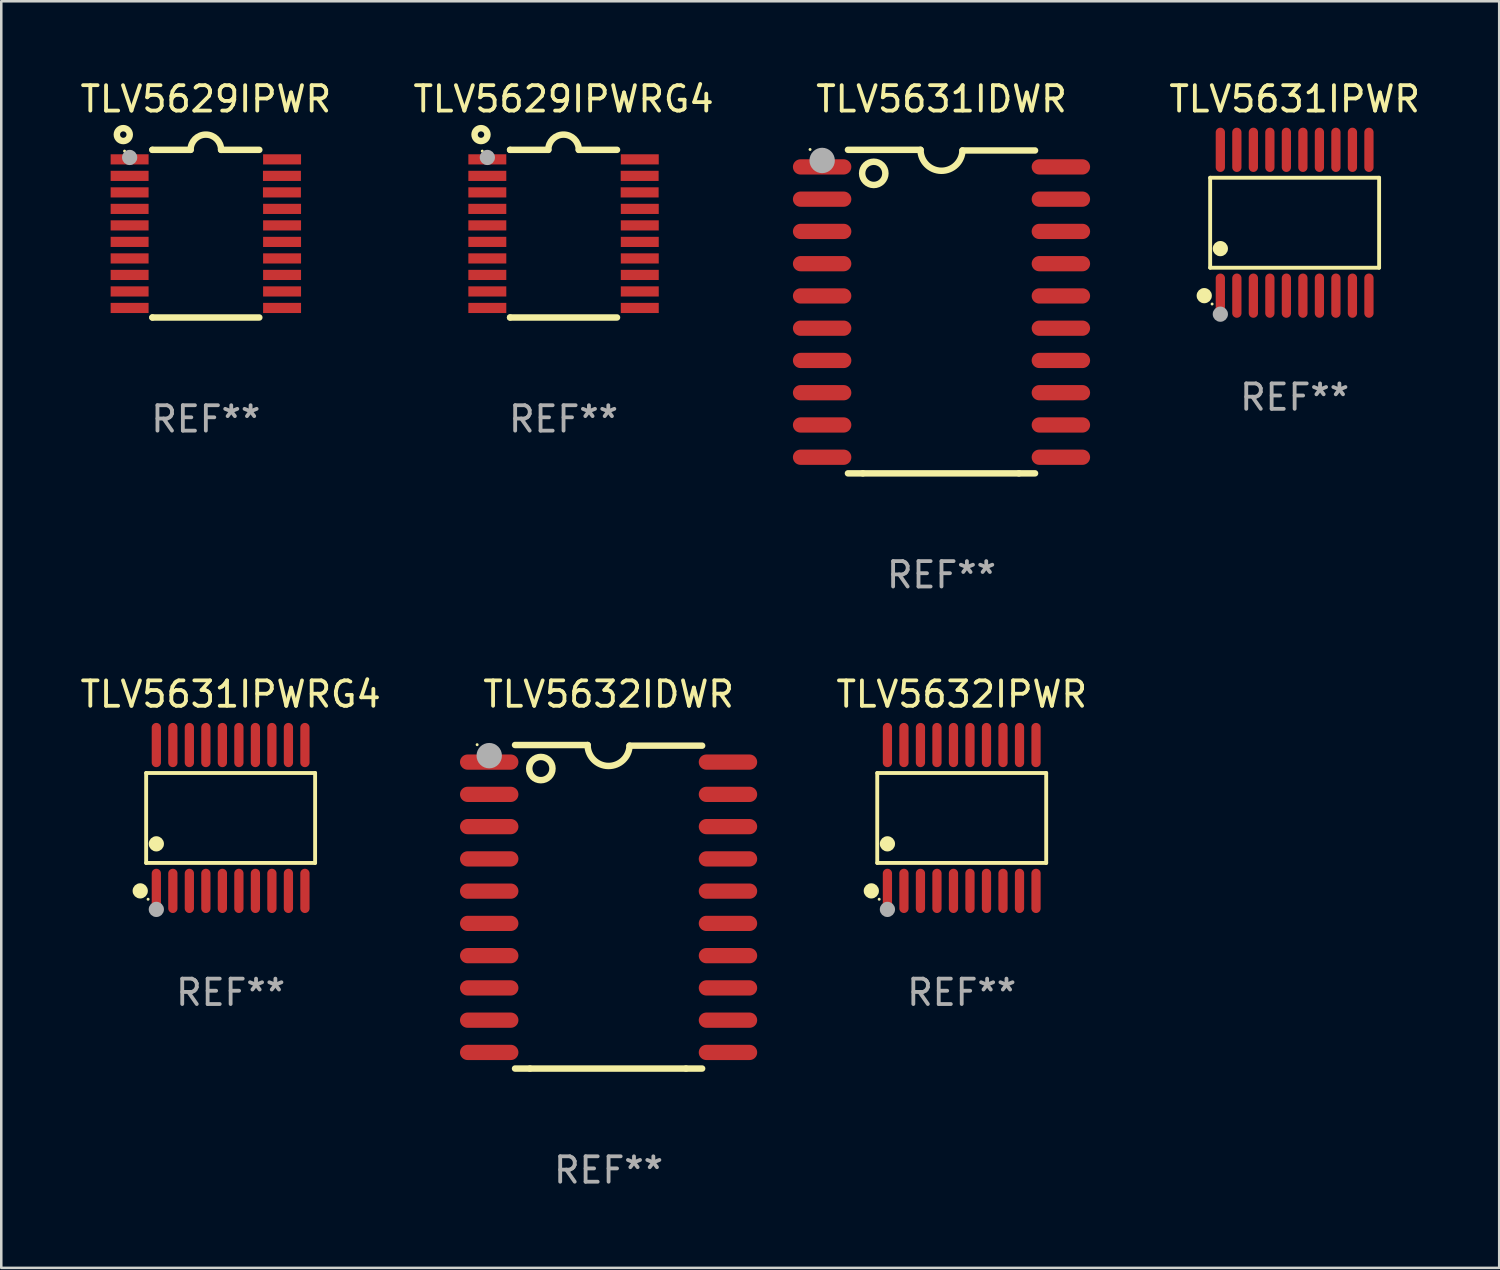
<source format=kicad_pcb>
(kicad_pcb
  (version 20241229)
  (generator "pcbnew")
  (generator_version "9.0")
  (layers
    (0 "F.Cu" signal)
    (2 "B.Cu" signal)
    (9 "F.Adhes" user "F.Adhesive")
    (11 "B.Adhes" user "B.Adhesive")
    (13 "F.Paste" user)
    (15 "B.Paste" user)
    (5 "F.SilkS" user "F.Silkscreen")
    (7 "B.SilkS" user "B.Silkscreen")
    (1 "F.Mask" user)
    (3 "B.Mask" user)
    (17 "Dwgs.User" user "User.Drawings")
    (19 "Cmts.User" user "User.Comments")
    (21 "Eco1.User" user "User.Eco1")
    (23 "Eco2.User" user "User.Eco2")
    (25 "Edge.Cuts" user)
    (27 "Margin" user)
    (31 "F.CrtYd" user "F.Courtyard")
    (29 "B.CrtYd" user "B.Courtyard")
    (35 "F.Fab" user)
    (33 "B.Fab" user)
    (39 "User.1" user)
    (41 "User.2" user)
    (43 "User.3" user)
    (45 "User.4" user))
  (footprint "TLV5632IDWR"
    (layer "F.Cu")
    (at 20.91 32.65)
    (property "Reference" "TLV5632IDWR" (at 0 -8.369 0) (layer "F.SilkS") (effects (font (size 1 1) (thickness 0.15))))
    (attr through_hole)
    (fp_line (start -3.096 6.369) (end -3.683 6.369) (stroke (width 0.254) (type solid)) (layer "F.SilkS"))
    (fp_line (start -0.825 -6.369) (end -3.683 -6.369) (stroke (width 0.254) (type solid)) (layer "F.SilkS"))
    (fp_line (start 0.826 -6.343) (end 3.683 -6.343) (stroke (width 0.254) (type solid)) (layer "F.SilkS"))
    (fp_line (start 3.048 6.369) (end -3.096 6.369) (stroke (width 0.254) (type solid)) (layer "F.SilkS"))
    (fp_line (start 3.048 6.369) (end 3.683 6.369) (stroke (width 0.254) (type solid)) (layer "F.SilkS"))
    (fp_arc (start 0.825527 -6.343129) (mid -0.012478 -5.543126) (end -0.825476 -6.36853) (stroke (width 0.254001) (type solid)) (layer "F.SilkS"))
    (fp_circle (center -5.175 -6.382) (end -5.145 -6.382) (stroke (width 0.06) (type solid)) (fill no) (layer "F.SilkS"))
    (fp_circle (center -2.667 -5.442) (end -2.209 -5.442) (stroke (width 0.254) (type solid)) (fill no) (layer "F.SilkS"))
    (fp_circle (center -4.699 -5.95) (end -4.449 -5.95) (stroke (width 0.5) (type solid)) (fill no) (layer "F.Fab"))
    (fp_text user "REF**" (at 0 10.369 0) (layer "F.Fab") (effects (font (size 1 1) (thickness 0.15))))
    (pad "1" smd oval (at -4.7 -5.696 90) (size 0.6 2.3) (layers "F.Cu" "F.Mask" "F.Paste"))
    (pad "2" smd oval (at -4.7 -4.426 90) (size 0.6 2.3) (layers "F.Cu" "F.Mask" "F.Paste"))
    (pad "3" smd oval (at -4.7 -3.156 90) (size 0.6 2.3) (layers "F.Cu" "F.Mask" "F.Paste"))
    (pad "4" smd oval (at -4.7 -1.886 90) (size 0.6 2.3) (layers "F.Cu" "F.Mask" "F.Paste"))
    (pad "5" smd oval (at -4.7 -0.616 90) (size 0.6 2.3) (layers "F.Cu" "F.Mask" "F.Paste"))
    (pad "6" smd oval (at -4.7 0.654 90) (size 0.6 2.3) (layers "F.Cu" "F.Mask" "F.Paste"))
    (pad "7" smd oval (at -4.7 1.924 90) (size 0.6 2.3) (layers "F.Cu" "F.Mask" "F.Paste"))
    (pad "8" smd oval (at -4.7 3.194 90) (size 0.6 2.3) (layers "F.Cu" "F.Mask" "F.Paste"))
    (pad "9" smd oval (at -4.7 4.464 90) (size 0.6 2.3) (layers "F.Cu" "F.Mask" "F.Paste"))
    (pad "10" smd oval (at -4.7 5.734 90) (size 0.6 2.3) (layers "F.Cu" "F.Mask" "F.Paste"))
    (pad "11" smd oval (at 4.7 5.734 90) (size 0.6 2.3) (layers "F.Cu" "F.Mask" "F.Paste"))
    (pad "12" smd oval (at 4.7 4.464 90) (size 0.6 2.3) (layers "F.Cu" "F.Mask" "F.Paste"))
    (pad "13" smd oval (at 4.7 3.194 90) (size 0.6 2.3) (layers "F.Cu" "F.Mask" "F.Paste"))
    (pad "14" smd oval (at 4.7 1.924 90) (size 0.6 2.3) (layers "F.Cu" "F.Mask" "F.Paste"))
    (pad "15" smd oval (at 4.7 0.654 90) (size 0.6 2.3) (layers "F.Cu" "F.Mask" "F.Paste"))
    (pad "16" smd oval (at 4.7 -0.616 90) (size 0.6 2.3) (layers "F.Cu" "F.Mask" "F.Paste"))
    (pad "17" smd oval (at 4.7 -1.886 90) (size 0.6 2.3) (layers "F.Cu" "F.Mask" "F.Paste"))
    (pad "18" smd oval (at 4.7 -3.156 90) (size 0.6 2.3) (layers "F.Cu" "F.Mask" "F.Paste"))
    (pad "19" smd oval (at 4.7 -4.426 90) (size 0.6 2.3) (layers "F.Cu" "F.Mask" "F.Paste"))
    (pad "20" smd oval (at 4.7 -5.696 90) (size 0.6 2.3) (layers "F.Cu" "F.Mask" "F.Paste")))
  (footprint "TLV5629IPWR"
    (layer "F.Cu")
    (at 5.054 6.149)
    (property "Reference" "TLV5629IPWR" (at 0 -5.3 0) (layer "F.SilkS") (effects (font (size 1 1) (thickness 0.15))))
    (attr through_hole)
    (fp_line (start -2.105 -3.3) (end -2.105 -3.3) (stroke (width 0.254) (type solid)) (layer "F.SilkS"))
    (fp_line (start -2.105 -3.3) (end -0.6 -3.3) (stroke (width 0.254) (type solid)) (layer "F.SilkS"))
    (fp_line (start -2.105 3.3) (end -2.105 3.3) (stroke (width 0.254) (type solid)) (layer "F.SilkS"))
    (fp_line (start 0.6 -3.3) (end 2.105 -3.3) (stroke (width 0.254) (type solid)) (layer "F.SilkS"))
    (fp_line (start 2.105 3.3) (end -2.105 3.3) (stroke (width 0.254) (type solid)) (layer "F.SilkS"))
    (fp_arc (start -0.599924 -3.300026) (mid 0.000114 -3.897415) (end 0.600152 -3.300025) (stroke (width 0.254001) (type solid)) (layer "F.SilkS"))
    (fp_circle (center -3.25 -3.9) (end -2.996 -3.9) (stroke (width 0.254) (type solid)) (fill no) (layer "F.SilkS"))
    (fp_circle (center -3.2 -3.25) (end -3.17 -3.25) (stroke (width 0.06) (type solid)) (fill no) (layer "F.SilkS"))
    (fp_circle (center -3 -3) (end -2.85 -3) (stroke (width 0.3) (type solid)) (fill no) (layer "F.Fab"))
    (fp_text user "REF**" (at 0 7.3 0) (layer "F.Fab") (effects (font (size 1 1) (thickness 0.15))))
    (pad "1" smd rect (at -3.001 -2.925 270) (size 0.4 1.494) (layers "F.Cu" "F.Mask" "F.Paste"))
    (pad "2" smd rect (at -3.001 -2.275 270) (size 0.4 1.494) (layers "F.Cu" "F.Mask" "F.Paste"))
    (pad "3" smd rect (at -3.001 -1.625 270) (size 0.4 1.494) (layers "F.Cu" "F.Mask" "F.Paste"))
    (pad "4" smd rect (at -3.001 -0.975 270) (size 0.4 1.494) (layers "F.Cu" "F.Mask" "F.Paste"))
    (pad "5" smd rect (at -3.001 -0.325 270) (size 0.4 1.494) (layers "F.Cu" "F.Mask" "F.Paste"))
    (pad "6" smd rect (at -3.001 0.324 270) (size 0.4 1.494) (layers "F.Cu" "F.Mask" "F.Paste"))
    (pad "7" smd rect (at -3.001 0.975 270) (size 0.4 1.494) (layers "F.Cu" "F.Mask" "F.Paste"))
    (pad "8" smd rect (at -3.001 1.625 270) (size 0.4 1.494) (layers "F.Cu" "F.Mask" "F.Paste"))
    (pad "9" smd rect (at -3.001 2.275 270) (size 0.4 1.494) (layers "F.Cu" "F.Mask" "F.Paste"))
    (pad "10" smd rect (at -3.001 2.925 270) (size 0.4 1.494) (layers "F.Cu" "F.Mask" "F.Paste"))
    (pad "11" smd rect (at 3.001 2.925 270) (size 0.4 1.494) (layers "F.Cu" "F.Mask" "F.Paste"))
    (pad "12" smd rect (at 3.001 2.275 270) (size 0.4 1.494) (layers "F.Cu" "F.Mask" "F.Paste"))
    (pad "13" smd rect (at 3.001 1.625 270) (size 0.4 1.494) (layers "F.Cu" "F.Mask" "F.Paste"))
    (pad "14" smd rect (at 3.001 0.975 270) (size 0.4 1.494) (layers "F.Cu" "F.Mask" "F.Paste"))
    (pad "15" smd rect (at 3.001 0.325 270) (size 0.4 1.494) (layers "F.Cu" "F.Mask" "F.Paste"))
    (pad "16" smd rect (at 3.001 -0.325 270) (size 0.4 1.494) (layers "F.Cu" "F.Mask" "F.Paste"))
    (pad "17" smd rect (at 3.001 -0.975 270) (size 0.4 1.494) (layers "F.Cu" "F.Mask" "F.Paste"))
    (pad "18" smd rect (at 2.996 -1.625 270) (size 0.4 1.494) (layers "F.Cu" "F.Mask" "F.Paste"))
    (pad "19" smd rect (at 2.996 -2.275 270) (size 0.4 1.494) (layers "F.Cu" "F.Mask" "F.Paste"))
    (pad "20" smd rect (at 3.001 -2.925 270) (size 0.4 1.494) (layers "F.Cu" "F.Mask" "F.Paste")))
  (footprint "TLV5631IPWRG4"
    (layer "F.Cu")
    (at 6.03 29.153)
    (property "Reference" "TLV5631IPWRG4" (at 0 -4.871 0) (layer "F.SilkS") (effects (font (size 1 1) (thickness 0.15))))
    (attr through_hole)
    (fp_line (start -3.326 -1.771) (end 3.326 -1.771) (stroke (width 0.152) (type solid)) (layer "F.SilkS"))
    (fp_line (start -3.326 1.771) (end -3.326 -1.771) (stroke (width 0.152) (type solid)) (layer "F.SilkS"))
    (fp_line (start 3.326 -1.771) (end 3.326 1.771) (stroke (width 0.152) (type solid)) (layer "F.SilkS"))
    (fp_line (start 3.326 1.771) (end -3.326 1.771) (stroke (width 0.152) (type solid)) (layer "F.SilkS"))
    (fp_circle (center -3.559 2.871) (end -3.409 2.871) (stroke (width 0.3) (type solid)) (fill no) (layer "F.SilkS"))
    (fp_circle (center -3.25 3.2) (end -3.22 3.2) (stroke (width 0.06) (type solid)) (fill no) (layer "F.SilkS"))
    (fp_circle (center -2.925 1.019) (end -2.775 1.019) (stroke (width 0.3) (type solid)) (fill no) (layer "F.SilkS"))
    (fp_circle (center -2.925 3.6) (end -2.775 3.6) (stroke (width 0.3) (type solid)) (fill no) (layer "F.Fab"))
    (fp_text user "REF**" (at 0 6.871 0) (layer "F.Fab") (effects (font (size 1 1) (thickness 0.15))))
    (pad "1" smd oval (at -2.925 2.871) (size 0.364 1.742) (layers "F.Cu" "F.Mask" "F.Paste"))
    (pad "2" smd oval (at -2.275 2.871) (size 0.364 1.742) (layers "F.Cu" "F.Mask" "F.Paste"))
    (pad "3" smd oval (at -1.625 2.871) (size 0.364 1.742) (layers "F.Cu" "F.Mask" "F.Paste"))
    (pad "4" smd oval (at -0.975 2.871) (size 0.364 1.742) (layers "F.Cu" "F.Mask" "F.Paste"))
    (pad "5" smd oval (at -0.325 2.871) (size 0.364 1.742) (layers "F.Cu" "F.Mask" "F.Paste"))
    (pad "6" smd oval (at 0.325 2.871) (size 0.364 1.742) (layers "F.Cu" "F.Mask" "F.Paste"))
    (pad "7" smd oval (at 0.975 2.871) (size 0.364 1.742) (layers "F.Cu" "F.Mask" "F.Paste"))
    (pad "8" smd oval (at 1.625 2.871) (size 0.364 1.742) (layers "F.Cu" "F.Mask" "F.Paste"))
    (pad "9" smd oval (at 2.275 2.871) (size 0.364 1.742) (layers "F.Cu" "F.Mask" "F.Paste"))
    (pad "10" smd oval (at 2.925 2.871) (size 0.364 1.742) (layers "F.Cu" "F.Mask" "F.Paste"))
    (pad "11" smd oval (at 2.925 -2.871) (size 0.364 1.742) (layers "F.Cu" "F.Mask" "F.Paste"))
    (pad "12" smd oval (at 2.275 -2.871) (size 0.364 1.742) (layers "F.Cu" "F.Mask" "F.Paste"))
    (pad "13" smd oval (at 1.625 -2.871) (size 0.364 1.742) (layers "F.Cu" "F.Mask" "F.Paste"))
    (pad "14" smd oval (at 0.975 -2.871) (size 0.364 1.742) (layers "F.Cu" "F.Mask" "F.Paste"))
    (pad "15" smd oval (at 0.325 -2.871) (size 0.364 1.742) (layers "F.Cu" "F.Mask" "F.Paste"))
    (pad "16" smd oval (at -0.325 -2.871) (size 0.364 1.742) (layers "F.Cu" "F.Mask" "F.Paste"))
    (pad "17" smd oval (at -0.975 -2.871) (size 0.364 1.742) (layers "F.Cu" "F.Mask" "F.Paste"))
    (pad "18" smd oval (at -1.625 -2.871) (size 0.364 1.742) (layers "F.Cu" "F.Mask" "F.Paste"))
    (pad "19" smd oval (at -2.275 -2.871) (size 0.364 1.742) (layers "F.Cu" "F.Mask" "F.Paste"))
    (pad "20" smd oval (at -2.925 -2.871) (size 0.364 1.742) (layers "F.Cu" "F.Mask" "F.Paste")))
  (footprint "TLV5631IPWR"
    (layer "F.Cu")
    (at 47.92 5.719)
    (property "Reference" "TLV5631IPWR" (at 0 -4.871 0) (layer "F.SilkS") (effects (font (size 1 1) (thickness 0.15))))
    (attr through_hole)
    (fp_line (start -3.326 -1.771) (end 3.326 -1.771) (stroke (width 0.152) (type solid)) (layer "F.SilkS"))
    (fp_line (start -3.326 1.771) (end -3.326 -1.771) (stroke (width 0.152) (type solid)) (layer "F.SilkS"))
    (fp_line (start 3.326 -1.771) (end 3.326 1.771) (stroke (width 0.152) (type solid)) (layer "F.SilkS"))
    (fp_line (start 3.326 1.771) (end -3.326 1.771) (stroke (width 0.152) (type solid)) (layer "F.SilkS"))
    (fp_circle (center -3.559 2.871) (end -3.409 2.871) (stroke (width 0.3) (type solid)) (fill no) (layer "F.SilkS"))
    (fp_circle (center -3.25 3.2) (end -3.22 3.2) (stroke (width 0.06) (type solid)) (fill no) (layer "F.SilkS"))
    (fp_circle (center -2.925 1.019) (end -2.775 1.019) (stroke (width 0.3) (type solid)) (fill no) (layer "F.SilkS"))
    (fp_circle (center -2.925 3.6) (end -2.775 3.6) (stroke (width 0.3) (type solid)) (fill no) (layer "F.Fab"))
    (fp_text user "REF**" (at 0 6.871 0) (layer "F.Fab") (effects (font (size 1 1) (thickness 0.15))))
    (pad "1" smd oval (at -2.925 2.871) (size 0.364 1.742) (layers "F.Cu" "F.Mask" "F.Paste"))
    (pad "2" smd oval (at -2.275 2.871) (size 0.364 1.742) (layers "F.Cu" "F.Mask" "F.Paste"))
    (pad "3" smd oval (at -1.625 2.871) (size 0.364 1.742) (layers "F.Cu" "F.Mask" "F.Paste"))
    (pad "4" smd oval (at -0.975 2.871) (size 0.364 1.742) (layers "F.Cu" "F.Mask" "F.Paste"))
    (pad "5" smd oval (at -0.325 2.871) (size 0.364 1.742) (layers "F.Cu" "F.Mask" "F.Paste"))
    (pad "6" smd oval (at 0.325 2.871) (size 0.364 1.742) (layers "F.Cu" "F.Mask" "F.Paste"))
    (pad "7" smd oval (at 0.975 2.871) (size 0.364 1.742) (layers "F.Cu" "F.Mask" "F.Paste"))
    (pad "8" smd oval (at 1.625 2.871) (size 0.364 1.742) (layers "F.Cu" "F.Mask" "F.Paste"))
    (pad "9" smd oval (at 2.275 2.871) (size 0.364 1.742) (layers "F.Cu" "F.Mask" "F.Paste"))
    (pad "10" smd oval (at 2.925 2.871) (size 0.364 1.742) (layers "F.Cu" "F.Mask" "F.Paste"))
    (pad "11" smd oval (at 2.925 -2.871) (size 0.364 1.742) (layers "F.Cu" "F.Mask" "F.Paste"))
    (pad "12" smd oval (at 2.275 -2.871) (size 0.364 1.742) (layers "F.Cu" "F.Mask" "F.Paste"))
    (pad "13" smd oval (at 1.625 -2.871) (size 0.364 1.742) (layers "F.Cu" "F.Mask" "F.Paste"))
    (pad "14" smd oval (at 0.975 -2.871) (size 0.364 1.742) (layers "F.Cu" "F.Mask" "F.Paste"))
    (pad "15" smd oval (at 0.325 -2.871) (size 0.364 1.742) (layers "F.Cu" "F.Mask" "F.Paste"))
    (pad "16" smd oval (at -0.325 -2.871) (size 0.364 1.742) (layers "F.Cu" "F.Mask" "F.Paste"))
    (pad "17" smd oval (at -0.975 -2.871) (size 0.364 1.742) (layers "F.Cu" "F.Mask" "F.Paste"))
    (pad "18" smd oval (at -1.625 -2.871) (size 0.364 1.742) (layers "F.Cu" "F.Mask" "F.Paste"))
    (pad "19" smd oval (at -2.275 -2.871) (size 0.364 1.742) (layers "F.Cu" "F.Mask" "F.Paste"))
    (pad "20" smd oval (at -2.925 -2.871) (size 0.364 1.742) (layers "F.Cu" "F.Mask" "F.Paste")))
  (footprint "TLV5632IPWR"
    (layer "F.Cu")
    (at 34.813 29.153)
    (property "Reference" "TLV5632IPWR" (at 0 -4.871 0) (layer "F.SilkS") (effects (font (size 1 1) (thickness 0.15))))
    (attr through_hole)
    (fp_line (start -3.326 -1.771) (end 3.326 -1.771) (stroke (width 0.152) (type solid)) (layer "F.SilkS"))
    (fp_line (start -3.326 1.771) (end -3.326 -1.771) (stroke (width 0.152) (type solid)) (layer "F.SilkS"))
    (fp_line (start 3.326 -1.771) (end 3.326 1.771) (stroke (width 0.152) (type solid)) (layer "F.SilkS"))
    (fp_line (start 3.326 1.771) (end -3.326 1.771) (stroke (width 0.152) (type solid)) (layer "F.SilkS"))
    (fp_circle (center -3.559 2.871) (end -3.409 2.871) (stroke (width 0.3) (type solid)) (fill no) (layer "F.SilkS"))
    (fp_circle (center -3.25 3.2) (end -3.22 3.2) (stroke (width 0.06) (type solid)) (fill no) (layer "F.SilkS"))
    (fp_circle (center -2.925 1.019) (end -2.775 1.019) (stroke (width 0.3) (type solid)) (fill no) (layer "F.SilkS"))
    (fp_circle (center -2.925 3.6) (end -2.775 3.6) (stroke (width 0.3) (type solid)) (fill no) (layer "F.Fab"))
    (fp_text user "REF**" (at 0 6.871 0) (layer "F.Fab") (effects (font (size 1 1) (thickness 0.15))))
    (pad "1" smd oval (at -2.925 2.871) (size 0.364 1.742) (layers "F.Cu" "F.Mask" "F.Paste"))
    (pad "2" smd oval (at -2.275 2.871) (size 0.364 1.742) (layers "F.Cu" "F.Mask" "F.Paste"))
    (pad "3" smd oval (at -1.625 2.871) (size 0.364 1.742) (layers "F.Cu" "F.Mask" "F.Paste"))
    (pad "4" smd oval (at -0.975 2.871) (size 0.364 1.742) (layers "F.Cu" "F.Mask" "F.Paste"))
    (pad "5" smd oval (at -0.325 2.871) (size 0.364 1.742) (layers "F.Cu" "F.Mask" "F.Paste"))
    (pad "6" smd oval (at 0.325 2.871) (size 0.364 1.742) (layers "F.Cu" "F.Mask" "F.Paste"))
    (pad "7" smd oval (at 0.975 2.871) (size 0.364 1.742) (layers "F.Cu" "F.Mask" "F.Paste"))
    (pad "8" smd oval (at 1.625 2.871) (size 0.364 1.742) (layers "F.Cu" "F.Mask" "F.Paste"))
    (pad "9" smd oval (at 2.275 2.871) (size 0.364 1.742) (layers "F.Cu" "F.Mask" "F.Paste"))
    (pad "10" smd oval (at 2.925 2.871) (size 0.364 1.742) (layers "F.Cu" "F.Mask" "F.Paste"))
    (pad "11" smd oval (at 2.925 -2.871) (size 0.364 1.742) (layers "F.Cu" "F.Mask" "F.Paste"))
    (pad "12" smd oval (at 2.275 -2.871) (size 0.364 1.742) (layers "F.Cu" "F.Mask" "F.Paste"))
    (pad "13" smd oval (at 1.625 -2.871) (size 0.364 1.742) (layers "F.Cu" "F.Mask" "F.Paste"))
    (pad "14" smd oval (at 0.975 -2.871) (size 0.364 1.742) (layers "F.Cu" "F.Mask" "F.Paste"))
    (pad "15" smd oval (at 0.325 -2.871) (size 0.364 1.742) (layers "F.Cu" "F.Mask" "F.Paste"))
    (pad "16" smd oval (at -0.325 -2.871) (size 0.364 1.742) (layers "F.Cu" "F.Mask" "F.Paste"))
    (pad "17" smd oval (at -0.975 -2.871) (size 0.364 1.742) (layers "F.Cu" "F.Mask" "F.Paste"))
    (pad "18" smd oval (at -1.625 -2.871) (size 0.364 1.742) (layers "F.Cu" "F.Mask" "F.Paste"))
    (pad "19" smd oval (at -2.275 -2.871) (size 0.364 1.742) (layers "F.Cu" "F.Mask" "F.Paste"))
    (pad "20" smd oval (at -2.925 -2.871) (size 0.364 1.742) (layers "F.Cu" "F.Mask" "F.Paste")))
  (footprint "TLV5629IPWRG4"
    (layer "F.Cu")
    (at 19.137 6.149)
    (property "Reference" "TLV5629IPWRG4" (at 0 -5.3 0) (layer "F.SilkS") (effects (font (size 1 1) (thickness 0.15))))
    (attr through_hole)
    (fp_line (start -2.105 -3.3) (end -2.105 -3.3) (stroke (width 0.254) (type solid)) (layer "F.SilkS"))
    (fp_line (start -2.105 -3.3) (end -0.6 -3.3) (stroke (width 0.254) (type solid)) (layer "F.SilkS"))
    (fp_line (start -2.105 3.3) (end -2.105 3.3) (stroke (width 0.254) (type solid)) (layer "F.SilkS"))
    (fp_line (start 0.6 -3.3) (end 2.105 -3.3) (stroke (width 0.254) (type solid)) (layer "F.SilkS"))
    (fp_line (start 2.105 3.3) (end -2.105 3.3) (stroke (width 0.254) (type solid)) (layer "F.SilkS"))
    (fp_arc (start -0.599924 -3.300026) (mid 0.000114 -3.897415) (end 0.600152 -3.300025) (stroke (width 0.254001) (type solid)) (layer "F.SilkS"))
    (fp_circle (center -3.25 -3.9) (end -2.996 -3.9) (stroke (width 0.254) (type solid)) (fill no) (layer "F.SilkS"))
    (fp_circle (center -3.2 -3.25) (end -3.17 -3.25) (stroke (width 0.06) (type solid)) (fill no) (layer "F.SilkS"))
    (fp_circle (center -3 -3) (end -2.85 -3) (stroke (width 0.3) (type solid)) (fill no) (layer "F.Fab"))
    (fp_text user "REF**" (at 0 7.3 0) (layer "F.Fab") (effects (font (size 1 1) (thickness 0.15))))
    (pad "1" smd rect (at -3.001 -2.925 270) (size 0.4 1.494) (layers "F.Cu" "F.Mask" "F.Paste"))
    (pad "2" smd rect (at -3.001 -2.275 270) (size 0.4 1.494) (layers "F.Cu" "F.Mask" "F.Paste"))
    (pad "3" smd rect (at -3.001 -1.625 270) (size 0.4 1.494) (layers "F.Cu" "F.Mask" "F.Paste"))
    (pad "4" smd rect (at -3.001 -0.975 270) (size 0.4 1.494) (layers "F.Cu" "F.Mask" "F.Paste"))
    (pad "5" smd rect (at -3.001 -0.325 270) (size 0.4 1.494) (layers "F.Cu" "F.Mask" "F.Paste"))
    (pad "6" smd rect (at -3.001 0.324 270) (size 0.4 1.494) (layers "F.Cu" "F.Mask" "F.Paste"))
    (pad "7" smd rect (at -3.001 0.975 270) (size 0.4 1.494) (layers "F.Cu" "F.Mask" "F.Paste"))
    (pad "8" smd rect (at -3.001 1.625 270) (size 0.4 1.494) (layers "F.Cu" "F.Mask" "F.Paste"))
    (pad "9" smd rect (at -3.001 2.275 270) (size 0.4 1.494) (layers "F.Cu" "F.Mask" "F.Paste"))
    (pad "10" smd rect (at -3.001 2.925 270) (size 0.4 1.494) (layers "F.Cu" "F.Mask" "F.Paste"))
    (pad "11" smd rect (at 3.001 2.925 270) (size 0.4 1.494) (layers "F.Cu" "F.Mask" "F.Paste"))
    (pad "12" smd rect (at 3.001 2.275 270) (size 0.4 1.494) (layers "F.Cu" "F.Mask" "F.Paste"))
    (pad "13" smd rect (at 3.001 1.625 270) (size 0.4 1.494) (layers "F.Cu" "F.Mask" "F.Paste"))
    (pad "14" smd rect (at 3.001 0.975 270) (size 0.4 1.494) (layers "F.Cu" "F.Mask" "F.Paste"))
    (pad "15" smd rect (at 3.001 0.325 270) (size 0.4 1.494) (layers "F.Cu" "F.Mask" "F.Paste"))
    (pad "16" smd rect (at 3.001 -0.325 270) (size 0.4 1.494) (layers "F.Cu" "F.Mask" "F.Paste"))
    (pad "17" smd rect (at 3.001 -0.975 270) (size 0.4 1.494) (layers "F.Cu" "F.Mask" "F.Paste"))
    (pad "18" smd rect (at 2.996 -1.625 270) (size 0.4 1.494) (layers "F.Cu" "F.Mask" "F.Paste"))
    (pad "19" smd rect (at 2.996 -2.275 270) (size 0.4 1.494) (layers "F.Cu" "F.Mask" "F.Paste"))
    (pad "20" smd rect (at 3.001 -2.925 270) (size 0.4 1.494) (layers "F.Cu" "F.Mask" "F.Paste")))
  (footprint "TLV5631IDWR"
    (layer "F.Cu")
    (at 34.017 9.217)
    (property "Reference" "TLV5631IDWR" (at 0 -8.369 0) (layer "F.SilkS") (effects (font (size 1 1) (thickness 0.15))))
    (attr through_hole)
    (fp_line (start -3.096 6.369) (end -3.683 6.369) (stroke (width 0.254) (type solid)) (layer "F.SilkS"))
    (fp_line (start -0.825 -6.369) (end -3.683 -6.369) (stroke (width 0.254) (type solid)) (layer "F.SilkS"))
    (fp_line (start 0.826 -6.343) (end 3.683 -6.343) (stroke (width 0.254) (type solid)) (layer "F.SilkS"))
    (fp_line (start 3.048 6.369) (end -3.096 6.369) (stroke (width 0.254) (type solid)) (layer "F.SilkS"))
    (fp_line (start 3.048 6.369) (end 3.683 6.369) (stroke (width 0.254) (type solid)) (layer "F.SilkS"))
    (fp_arc (start 0.825527 -6.343129) (mid -0.012478 -5.543126) (end -0.825476 -6.36853) (stroke (width 0.254001) (type solid)) (layer "F.SilkS"))
    (fp_circle (center -5.175 -6.382) (end -5.145 -6.382) (stroke (width 0.06) (type solid)) (fill no) (layer "F.SilkS"))
    (fp_circle (center -2.667 -5.442) (end -2.209 -5.442) (stroke (width 0.254) (type solid)) (fill no) (layer "F.SilkS"))
    (fp_circle (center -4.699 -5.95) (end -4.449 -5.95) (stroke (width 0.5) (type solid)) (fill no) (layer "F.Fab"))
    (fp_text user "REF**" (at 0 10.369 0) (layer "F.Fab") (effects (font (size 1 1) (thickness 0.15))))
    (pad "1" smd oval (at -4.7 -5.696 90) (size 0.6 2.3) (layers "F.Cu" "F.Mask" "F.Paste"))
    (pad "2" smd oval (at -4.7 -4.426 90) (size 0.6 2.3) (layers "F.Cu" "F.Mask" "F.Paste"))
    (pad "3" smd oval (at -4.7 -3.156 90) (size 0.6 2.3) (layers "F.Cu" "F.Mask" "F.Paste"))
    (pad "4" smd oval (at -4.7 -1.886 90) (size 0.6 2.3) (layers "F.Cu" "F.Mask" "F.Paste"))
    (pad "5" smd oval (at -4.7 -0.616 90) (size 0.6 2.3) (layers "F.Cu" "F.Mask" "F.Paste"))
    (pad "6" smd oval (at -4.7 0.654 90) (size 0.6 2.3) (layers "F.Cu" "F.Mask" "F.Paste"))
    (pad "7" smd oval (at -4.7 1.924 90) (size 0.6 2.3) (layers "F.Cu" "F.Mask" "F.Paste"))
    (pad "8" smd oval (at -4.7 3.194 90) (size 0.6 2.3) (layers "F.Cu" "F.Mask" "F.Paste"))
    (pad "9" smd oval (at -4.7 4.464 90) (size 0.6 2.3) (layers "F.Cu" "F.Mask" "F.Paste"))
    (pad "10" smd oval (at -4.7 5.734 90) (size 0.6 2.3) (layers "F.Cu" "F.Mask" "F.Paste"))
    (pad "11" smd oval (at 4.7 5.734 90) (size 0.6 2.3) (layers "F.Cu" "F.Mask" "F.Paste"))
    (pad "12" smd oval (at 4.7 4.464 90) (size 0.6 2.3) (layers "F.Cu" "F.Mask" "F.Paste"))
    (pad "13" smd oval (at 4.7 3.194 90) (size 0.6 2.3) (layers "F.Cu" "F.Mask" "F.Paste"))
    (pad "14" smd oval (at 4.7 1.924 90) (size 0.6 2.3) (layers "F.Cu" "F.Mask" "F.Paste"))
    (pad "15" smd oval (at 4.7 0.654 90) (size 0.6 2.3) (layers "F.Cu" "F.Mask" "F.Paste"))
    (pad "16" smd oval (at 4.7 -0.616 90) (size 0.6 2.3) (layers "F.Cu" "F.Mask" "F.Paste"))
    (pad "17" smd oval (at 4.7 -1.886 90) (size 0.6 2.3) (layers "F.Cu" "F.Mask" "F.Paste"))
    (pad "18" smd oval (at 4.7 -3.156 90) (size 0.6 2.3) (layers "F.Cu" "F.Mask" "F.Paste"))
    (pad "19" smd oval (at 4.7 -4.426 90) (size 0.6 2.3) (layers "F.Cu" "F.Mask" "F.Paste"))
    (pad "20" smd oval (at 4.7 -5.696 90) (size 0.6 2.3) (layers "F.Cu" "F.Mask" "F.Paste")))
  (gr_rect
    (start -3 -3)
    (end 55.974 46.867)
    (stroke (width 0.1) (type default))
    (fill no)
    (layer "Edge.Cuts")))
</source>
